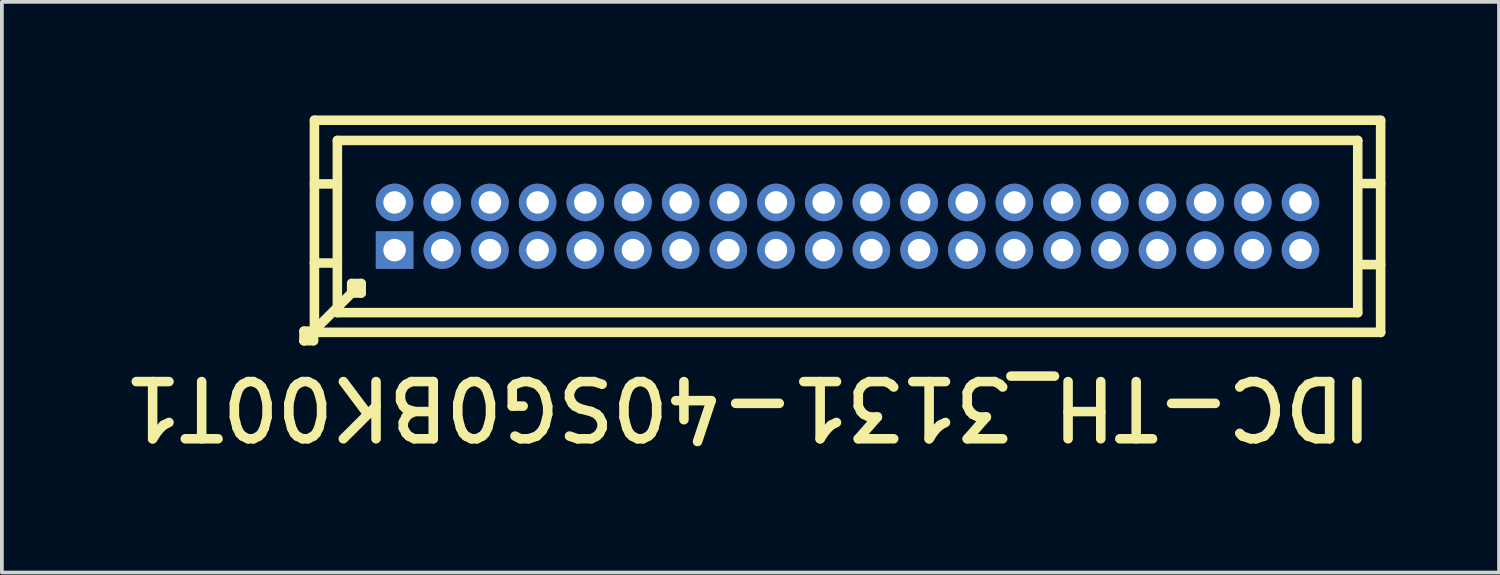
<source format=kicad_pcb>
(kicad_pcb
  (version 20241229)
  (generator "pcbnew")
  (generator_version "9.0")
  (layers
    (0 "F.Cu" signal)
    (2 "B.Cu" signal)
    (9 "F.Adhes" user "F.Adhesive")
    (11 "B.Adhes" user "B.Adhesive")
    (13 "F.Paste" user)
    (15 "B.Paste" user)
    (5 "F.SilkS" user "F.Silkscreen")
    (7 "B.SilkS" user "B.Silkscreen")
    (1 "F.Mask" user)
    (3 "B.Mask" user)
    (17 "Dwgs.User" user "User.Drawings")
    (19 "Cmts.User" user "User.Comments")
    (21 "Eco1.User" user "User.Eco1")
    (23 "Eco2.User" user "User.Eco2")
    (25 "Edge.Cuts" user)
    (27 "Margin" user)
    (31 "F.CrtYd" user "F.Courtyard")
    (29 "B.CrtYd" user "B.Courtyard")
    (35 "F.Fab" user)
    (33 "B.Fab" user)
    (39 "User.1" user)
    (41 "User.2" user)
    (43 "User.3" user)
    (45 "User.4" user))
  (footprint "IDC-TH_3131-40SG0BK00T1"
    (layer "F.Cu")
    (at 19.525 2.977)
    (property "Reference" "IDC-TH_3131-40SG0BK00T1" (at 14.097 3.937 180) (unlocked yes) (layer "F.SilkS") (effects (font (size 1.524 1.524) (thickness 0.254)) (justify left bottom)))
    (fp_line (start -14.478 2.794) (end -14.478 3.048) (stroke (width 0.254) (type solid)) (layer "F.SilkS"))
    (fp_line (start -14.224 2.794) (end -14.478 2.794) (stroke (width 0.254) (type solid)) (layer "F.SilkS"))
    (fp_line (start -14.224 2.794) (end -14.224 3.048) (stroke (width 0.254) (type solid)) (layer "F.SilkS"))
    (fp_line (start -14.224 3.048) (end -14.478 3.048) (stroke (width 0.254) (type solid)) (layer "F.SilkS"))
    (fp_line (start -14.2 -2.825) (end -14.2 2.825) (stroke (width 0.254) (type solid)) (layer "F.SilkS"))
    (fp_line (start -13.589 -2.286) (end -13.589 2.3) (stroke (width 0.254) (type solid)) (layer "F.SilkS"))
    (fp_line (start -13.589 -1.129) (end -14.2 -1.129) (stroke (width 0.254) (type solid)) (layer "F.SilkS"))
    (fp_line (start -13.589 0.98) (end -14.2 0.98) (stroke (width 0.254) (type solid)) (layer "F.SilkS"))
    (fp_line (start -13.208 1.524) (end -13.208 1.778) (stroke (width 0.254) (type solid)) (layer "F.SilkS"))
    (fp_line (start -13.208 1.778) (end -14.478 3.048) (stroke (width 0.254) (type solid)) (layer "F.SilkS"))
    (fp_line (start -12.954 1.524) (end -13.208 1.524) (stroke (width 0.254) (type solid)) (layer "F.SilkS"))
    (fp_line (start -12.954 1.524) (end -12.954 1.778) (stroke (width 0.254) (type solid)) (layer "F.SilkS"))
    (fp_line (start -12.954 1.778) (end -13.208 1.778) (stroke (width 0.254) (type solid)) (layer "F.SilkS"))
    (fp_line (start 13.59 -2.286) (end -13.589 -2.286) (stroke (width 0.254) (type solid)) (layer "F.SilkS"))
    (fp_line (start 13.59 -2.286) (end 13.59 2.3) (stroke (width 0.254) (type solid)) (layer "F.SilkS"))
    (fp_line (start 13.59 2.3) (end -13.589 2.3) (stroke (width 0.254) (type solid)) (layer "F.SilkS"))
    (fp_line (start 14.2 -2.82) (end 14.2 2.83) (stroke (width 0.254) (type solid)) (layer "F.SilkS"))
    (fp_line (start 14.2 -1.138) (end 13.589 -1.138) (stroke (width 0.254) (type solid)) (layer "F.SilkS"))
    (fp_line (start 14.2 1.021) (end 13.589 1.021) (stroke (width 0.254) (type solid)) (layer "F.SilkS"))
    (fp_line (start 14.2 -2.825) (end -14.2 -2.825) (stroke (width 0.254) (type solid)) (layer "F.SilkS"))
    (fp_line (start 14.2 2.825) (end -14.2 2.825) (stroke (width 0.254) (type solid)) (layer "F.SilkS"))
    (fp_line (start -14.327 -2.952) (end -14.327 2.957) (stroke (width 0.051) (type solid)) (layer "Eco1.User"))
    (fp_line (start 14.327 -2.952) (end -14.327 -2.952) (stroke (width 0.051) (type solid)) (layer "Eco1.User"))
    (fp_line (start 14.327 -2.952) (end 14.327 2.957) (stroke (width 0.051) (type solid)) (layer "Eco1.User"))
    (fp_line (start 14.327 2.957) (end -14.327 2.957) (stroke (width 0.051) (type solid)) (layer "Eco1.User"))
    (fp_poly (pts (xy -14.267 2.957) (xy -14.267 2.932) (xy -14.302 2.897) (xy -14.352 2.897) (xy -14.387 2.932) (xy -14.387 2.957) (xy -14.387 2.982) (xy -14.352 3.017) (xy -14.302 3.017) (xy -14.267 2.982)) (stroke (width 0.1) (type default)) (fill no) (layer "Eco1.User"))
    (fp_poly (pts (xy -11.865 -0.635) (xy -11.865 -0.675) (xy -11.895 -0.748) (xy -11.952 -0.805) (xy -12.025 -0.835) (xy -12.105 -0.835) (xy -12.178 -0.805) (xy -12.235 -0.748) (xy -12.265 -0.675) (xy -12.265 -0.635) (xy -12.265 -0.595) (xy -12.235 -0.522) (xy -12.178 -0.465) (xy -12.105 -0.435) (xy -12.025 -0.435) (xy -11.952 -0.465) (xy -11.895 -0.522) (xy -11.865 -0.595)) (stroke (width 0.1) (type default)) (fill no) (layer "Eco1.User"))
    (fp_poly (pts (xy -11.865 0.635) (xy -11.865 0.595) (xy -11.895 0.522) (xy -11.952 0.465) (xy -12.025 0.435) (xy -12.105 0.435) (xy -12.178 0.465) (xy -12.235 0.522) (xy -12.265 0.595) (xy -12.265 0.635) (xy -12.265 0.675) (xy -12.235 0.748) (xy -12.178 0.805) (xy -12.105 0.835) (xy -12.025 0.835) (xy -11.952 0.805) (xy -11.895 0.748) (xy -11.865 0.675)) (stroke (width 0.1) (type default)) (fill no) (layer "Eco1.User"))
    (fp_poly (pts (xy -10.595 -0.635) (xy -10.595 -0.675) (xy -10.625 -0.748) (xy -10.682 -0.805) (xy -10.755 -0.835) (xy -10.835 -0.835) (xy -10.908 -0.805) (xy -10.965 -0.748) (xy -10.995 -0.675) (xy -10.995 -0.635) (xy -10.995 -0.595) (xy -10.965 -0.522) (xy -10.908 -0.465) (xy -10.835 -0.435) (xy -10.755 -0.435) (xy -10.682 -0.465) (xy -10.625 -0.522) (xy -10.595 -0.595)) (stroke (width 0.1) (type default)) (fill no) (layer "Eco1.User"))
    (fp_poly (pts (xy -10.595 0.635) (xy -10.595 0.595) (xy -10.625 0.522) (xy -10.682 0.465) (xy -10.755 0.435) (xy -10.835 0.435) (xy -10.908 0.465) (xy -10.965 0.522) (xy -10.995 0.595) (xy -10.995 0.635) (xy -10.995 0.675) (xy -10.965 0.748) (xy -10.908 0.805) (xy -10.835 0.835) (xy -10.755 0.835) (xy -10.682 0.805) (xy -10.625 0.748) (xy -10.595 0.675)) (stroke (width 0.1) (type default)) (fill no) (layer "Eco1.User"))
    (fp_poly (pts (xy -9.325 -0.635) (xy -9.325 -0.675) (xy -9.355 -0.748) (xy -9.412 -0.805) (xy -9.485 -0.835) (xy -9.565 -0.835) (xy -9.638 -0.805) (xy -9.695 -0.748) (xy -9.725 -0.675) (xy -9.725 -0.635) (xy -9.725 -0.595) (xy -9.695 -0.522) (xy -9.638 -0.465) (xy -9.565 -0.435) (xy -9.485 -0.435) (xy -9.412 -0.465) (xy -9.355 -0.522) (xy -9.325 -0.595)) (stroke (width 0.1) (type default)) (fill no) (layer "Eco1.User"))
    (fp_poly (pts (xy -9.325 0.635) (xy -9.325 0.595) (xy -9.355 0.522) (xy -9.412 0.465) (xy -9.485 0.435) (xy -9.565 0.435) (xy -9.638 0.465) (xy -9.695 0.522) (xy -9.725 0.595) (xy -9.725 0.635) (xy -9.725 0.675) (xy -9.695 0.748) (xy -9.638 0.805) (xy -9.565 0.835) (xy -9.485 0.835) (xy -9.412 0.805) (xy -9.355 0.748) (xy -9.325 0.675)) (stroke (width 0.1) (type default)) (fill no) (layer "Eco1.User"))
    (fp_poly (pts (xy -8.055 -0.635) (xy -8.055 -0.675) (xy -8.085 -0.748) (xy -8.142 -0.805) (xy -8.215 -0.835) (xy -8.295 -0.835) (xy -8.368 -0.805) (xy -8.425 -0.748) (xy -8.455 -0.675) (xy -8.455 -0.635) (xy -8.455 -0.595) (xy -8.425 -0.522) (xy -8.368 -0.465) (xy -8.295 -0.435) (xy -8.215 -0.435) (xy -8.142 -0.465) (xy -8.085 -0.522) (xy -8.055 -0.595)) (stroke (width 0.1) (type default)) (fill no) (layer "Eco1.User"))
    (fp_poly (pts (xy -8.055 0.635) (xy -8.055 0.595) (xy -8.085 0.522) (xy -8.142 0.465) (xy -8.215 0.435) (xy -8.295 0.435) (xy -8.368 0.465) (xy -8.425 0.522) (xy -8.455 0.595) (xy -8.455 0.635) (xy -8.455 0.675) (xy -8.425 0.748) (xy -8.368 0.805) (xy -8.295 0.835) (xy -8.215 0.835) (xy -8.142 0.805) (xy -8.085 0.748) (xy -8.055 0.675)) (stroke (width 0.1) (type default)) (fill no) (layer "Eco1.User"))
    (fp_poly (pts (xy -6.785 -0.635) (xy -6.785 -0.675) (xy -6.815 -0.748) (xy -6.872 -0.805) (xy -6.945 -0.835) (xy -7.025 -0.835) (xy -7.098 -0.805) (xy -7.155 -0.748) (xy -7.185 -0.675) (xy -7.185 -0.635) (xy -7.185 -0.595) (xy -7.155 -0.522) (xy -7.098 -0.465) (xy -7.025 -0.435) (xy -6.945 -0.435) (xy -6.872 -0.465) (xy -6.815 -0.522) (xy -6.785 -0.595)) (stroke (width 0.1) (type default)) (fill no) (layer "Eco1.User"))
    (fp_poly (pts (xy -6.785 0.635) (xy -6.785 0.595) (xy -6.815 0.522) (xy -6.872 0.465) (xy -6.945 0.435) (xy -7.025 0.435) (xy -7.098 0.465) (xy -7.155 0.522) (xy -7.185 0.595) (xy -7.185 0.635) (xy -7.185 0.675) (xy -7.155 0.748) (xy -7.098 0.805) (xy -7.025 0.835) (xy -6.945 0.835) (xy -6.872 0.805) (xy -6.815 0.748) (xy -6.785 0.675)) (stroke (width 0.1) (type default)) (fill no) (layer "Eco1.User"))
    (fp_poly (pts (xy -5.515 -0.635) (xy -5.515 -0.675) (xy -5.545 -0.748) (xy -5.602 -0.805) (xy -5.675 -0.835) (xy -5.755 -0.835) (xy -5.828 -0.805) (xy -5.885 -0.748) (xy -5.915 -0.675) (xy -5.915 -0.635) (xy -5.915 -0.595) (xy -5.885 -0.522) (xy -5.828 -0.465) (xy -5.755 -0.435) (xy -5.675 -0.435) (xy -5.602 -0.465) (xy -5.545 -0.522) (xy -5.515 -0.595)) (stroke (width 0.1) (type default)) (fill no) (layer "Eco1.User"))
    (fp_poly (pts (xy -5.515 0.635) (xy -5.515 0.595) (xy -5.545 0.522) (xy -5.602 0.465) (xy -5.675 0.435) (xy -5.755 0.435) (xy -5.828 0.465) (xy -5.885 0.522) (xy -5.915 0.595) (xy -5.915 0.635) (xy -5.915 0.675) (xy -5.885 0.748) (xy -5.828 0.805) (xy -5.755 0.835) (xy -5.675 0.835) (xy -5.602 0.805) (xy -5.545 0.748) (xy -5.515 0.675)) (stroke (width 0.1) (type default)) (fill no) (layer "Eco1.User"))
    (fp_poly (pts (xy -4.245 -0.635) (xy -4.245 -0.675) (xy -4.275 -0.748) (xy -4.332 -0.805) (xy -4.405 -0.835) (xy -4.485 -0.835) (xy -4.558 -0.805) (xy -4.615 -0.748) (xy -4.645 -0.675) (xy -4.645 -0.635) (xy -4.645 -0.595) (xy -4.615 -0.522) (xy -4.558 -0.465) (xy -4.485 -0.435) (xy -4.405 -0.435) (xy -4.332 -0.465) (xy -4.275 -0.522) (xy -4.245 -0.595)) (stroke (width 0.1) (type default)) (fill no) (layer "Eco1.User"))
    (fp_poly (pts (xy -4.245 0.635) (xy -4.245 0.595) (xy -4.275 0.522) (xy -4.332 0.465) (xy -4.405 0.435) (xy -4.485 0.435) (xy -4.558 0.465) (xy -4.615 0.522) (xy -4.645 0.595) (xy -4.645 0.635) (xy -4.645 0.675) (xy -4.615 0.748) (xy -4.558 0.805) (xy -4.485 0.835) (xy -4.405 0.835) (xy -4.332 0.805) (xy -4.275 0.748) (xy -4.245 0.675)) (stroke (width 0.1) (type default)) (fill no) (layer "Eco1.User"))
    (fp_poly (pts (xy -2.975 -0.635) (xy -2.975 -0.675) (xy -3.005 -0.748) (xy -3.062 -0.805) (xy -3.135 -0.835) (xy -3.215 -0.835) (xy -3.288 -0.805) (xy -3.345 -0.748) (xy -3.375 -0.675) (xy -3.375 -0.635) (xy -3.375 -0.595) (xy -3.345 -0.522) (xy -3.288 -0.465) (xy -3.215 -0.435) (xy -3.135 -0.435) (xy -3.062 -0.465) (xy -3.005 -0.522) (xy -2.975 -0.595)) (stroke (width 0.1) (type default)) (fill no) (layer "Eco1.User"))
    (fp_poly (pts (xy -2.975 0.635) (xy -2.975 0.595) (xy -3.005 0.522) (xy -3.062 0.465) (xy -3.135 0.435) (xy -3.215 0.435) (xy -3.288 0.465) (xy -3.345 0.522) (xy -3.375 0.595) (xy -3.375 0.635) (xy -3.375 0.675) (xy -3.345 0.748) (xy -3.288 0.805) (xy -3.215 0.835) (xy -3.135 0.835) (xy -3.062 0.805) (xy -3.005 0.748) (xy -2.975 0.675)) (stroke (width 0.1) (type default)) (fill no) (layer "Eco1.User"))
    (fp_poly (pts (xy -1.705 -0.635) (xy -1.705 -0.675) (xy -1.735 -0.748) (xy -1.792 -0.805) (xy -1.865 -0.835) (xy -1.945 -0.835) (xy -2.018 -0.805) (xy -2.075 -0.748) (xy -2.105 -0.675) (xy -2.105 -0.635) (xy -2.105 -0.595) (xy -2.075 -0.522) (xy -2.018 -0.465) (xy -1.945 -0.435) (xy -1.865 -0.435) (xy -1.792 -0.465) (xy -1.735 -0.522) (xy -1.705 -0.595)) (stroke (width 0.1) (type default)) (fill no) (layer "Eco1.User"))
    (fp_poly (pts (xy -1.705 0.635) (xy -1.705 0.595) (xy -1.735 0.522) (xy -1.792 0.465) (xy -1.865 0.435) (xy -1.945 0.435) (xy -2.018 0.465) (xy -2.075 0.522) (xy -2.105 0.595) (xy -2.105 0.635) (xy -2.105 0.675) (xy -2.075 0.748) (xy -2.018 0.805) (xy -1.945 0.835) (xy -1.865 0.835) (xy -1.792 0.805) (xy -1.735 0.748) (xy -1.705 0.675)) (stroke (width 0.1) (type default)) (fill no) (layer "Eco1.User"))
    (fp_poly (pts (xy -0.435 -0.635) (xy -0.435 -0.675) (xy -0.465 -0.748) (xy -0.522 -0.805) (xy -0.595 -0.835) (xy -0.675 -0.835) (xy -0.748 -0.805) (xy -0.805 -0.748) (xy -0.835 -0.675) (xy -0.835 -0.635) (xy -0.835 -0.595) (xy -0.805 -0.522) (xy -0.748 -0.465) (xy -0.675 -0.435) (xy -0.595 -0.435) (xy -0.522 -0.465) (xy -0.465 -0.522) (xy -0.435 -0.595)) (stroke (width 0.1) (type default)) (fill no) (layer "Eco1.User"))
    (fp_poly (pts (xy -0.435 0.635) (xy -0.435 0.595) (xy -0.465 0.522) (xy -0.522 0.465) (xy -0.595 0.435) (xy -0.675 0.435) (xy -0.748 0.465) (xy -0.805 0.522) (xy -0.835 0.595) (xy -0.835 0.635) (xy -0.835 0.675) (xy -0.805 0.748) (xy -0.748 0.805) (xy -0.675 0.835) (xy -0.595 0.835) (xy -0.522 0.805) (xy -0.465 0.748) (xy -0.435 0.675)) (stroke (width 0.1) (type default)) (fill no) (layer "Eco1.User"))
    (fp_poly (pts (xy 0.835 -0.635) (xy 0.835 -0.675) (xy 0.805 -0.748) (xy 0.748 -0.805) (xy 0.675 -0.835) (xy 0.595 -0.835) (xy 0.522 -0.805) (xy 0.465 -0.748) (xy 0.435 -0.675) (xy 0.435 -0.635) (xy 0.435 -0.595) (xy 0.465 -0.522) (xy 0.522 -0.465) (xy 0.595 -0.435) (xy 0.675 -0.435) (xy 0.748 -0.465) (xy 0.805 -0.522) (xy 0.835 -0.595)) (stroke (width 0.1) (type default)) (fill no) (layer "Eco1.User"))
    (fp_poly (pts (xy 0.835 0.635) (xy 0.835 0.595) (xy 0.805 0.522) (xy 0.748 0.465) (xy 0.675 0.435) (xy 0.595 0.435) (xy 0.522 0.465) (xy 0.465 0.522) (xy 0.435 0.595) (xy 0.435 0.635) (xy 0.435 0.675) (xy 0.465 0.748) (xy 0.522 0.805) (xy 0.595 0.835) (xy 0.675 0.835) (xy 0.748 0.805) (xy 0.805 0.748) (xy 0.835 0.675)) (stroke (width 0.1) (type default)) (fill no) (layer "Eco1.User"))
    (fp_poly (pts (xy 2.105 -0.635) (xy 2.105 -0.675) (xy 2.075 -0.748) (xy 2.018 -0.805) (xy 1.945 -0.835) (xy 1.865 -0.835) (xy 1.792 -0.805) (xy 1.735 -0.748) (xy 1.705 -0.675) (xy 1.705 -0.635) (xy 1.705 -0.595) (xy 1.735 -0.522) (xy 1.792 -0.465) (xy 1.865 -0.435) (xy 1.945 -0.435) (xy 2.018 -0.465) (xy 2.075 -0.522) (xy 2.105 -0.595)) (stroke (width 0.1) (type default)) (fill no) (layer "Eco1.User"))
    (fp_poly (pts (xy 2.105 0.635) (xy 2.105 0.595) (xy 2.075 0.522) (xy 2.018 0.465) (xy 1.945 0.435) (xy 1.865 0.435) (xy 1.792 0.465) (xy 1.735 0.522) (xy 1.705 0.595) (xy 1.705 0.635) (xy 1.705 0.675) (xy 1.735 0.748) (xy 1.792 0.805) (xy 1.865 0.835) (xy 1.945 0.835) (xy 2.018 0.805) (xy 2.075 0.748) (xy 2.105 0.675)) (stroke (width 0.1) (type default)) (fill no) (layer "Eco1.User"))
    (fp_poly (pts (xy 3.375 -0.635) (xy 3.375 -0.675) (xy 3.345 -0.748) (xy 3.288 -0.805) (xy 3.215 -0.835) (xy 3.135 -0.835) (xy 3.062 -0.805) (xy 3.005 -0.748) (xy 2.975 -0.675) (xy 2.975 -0.635) (xy 2.975 -0.595) (xy 3.005 -0.522) (xy 3.062 -0.465) (xy 3.135 -0.435) (xy 3.215 -0.435) (xy 3.288 -0.465) (xy 3.345 -0.522) (xy 3.375 -0.595)) (stroke (width 0.1) (type default)) (fill no) (layer "Eco1.User"))
    (fp_poly (pts (xy 3.375 0.635) (xy 3.375 0.595) (xy 3.345 0.522) (xy 3.288 0.465) (xy 3.215 0.435) (xy 3.135 0.435) (xy 3.062 0.465) (xy 3.005 0.522) (xy 2.975 0.595) (xy 2.975 0.635) (xy 2.975 0.675) (xy 3.005 0.748) (xy 3.062 0.805) (xy 3.135 0.835) (xy 3.215 0.835) (xy 3.288 0.805) (xy 3.345 0.748) (xy 3.375 0.675)) (stroke (width 0.1) (type default)) (fill no) (layer "Eco1.User"))
    (fp_poly (pts (xy 4.645 -0.635) (xy 4.645 -0.675) (xy 4.615 -0.748) (xy 4.558 -0.805) (xy 4.485 -0.835) (xy 4.405 -0.835) (xy 4.332 -0.805) (xy 4.275 -0.748) (xy 4.245 -0.675) (xy 4.245 -0.635) (xy 4.245 -0.595) (xy 4.275 -0.522) (xy 4.332 -0.465) (xy 4.405 -0.435) (xy 4.485 -0.435) (xy 4.558 -0.465) (xy 4.615 -0.522) (xy 4.645 -0.595)) (stroke (width 0.1) (type default)) (fill no) (layer "Eco1.User"))
    (fp_poly (pts (xy 4.645 0.635) (xy 4.645 0.595) (xy 4.615 0.522) (xy 4.558 0.465) (xy 4.485 0.435) (xy 4.405 0.435) (xy 4.332 0.465) (xy 4.275 0.522) (xy 4.245 0.595) (xy 4.245 0.635) (xy 4.245 0.675) (xy 4.275 0.748) (xy 4.332 0.805) (xy 4.405 0.835) (xy 4.485 0.835) (xy 4.558 0.805) (xy 4.615 0.748) (xy 4.645 0.675)) (stroke (width 0.1) (type default)) (fill no) (layer "Eco1.User"))
    (fp_poly (pts (xy 5.915 -0.635) (xy 5.915 -0.675) (xy 5.885 -0.748) (xy 5.828 -0.805) (xy 5.755 -0.835) (xy 5.675 -0.835) (xy 5.602 -0.805) (xy 5.545 -0.748) (xy 5.515 -0.675) (xy 5.515 -0.635) (xy 5.515 -0.595) (xy 5.545 -0.522) (xy 5.602 -0.465) (xy 5.675 -0.435) (xy 5.755 -0.435) (xy 5.828 -0.465) (xy 5.885 -0.522) (xy 5.915 -0.595)) (stroke (width 0.1) (type default)) (fill no) (layer "Eco1.User"))
    (fp_poly (pts (xy 5.915 0.635) (xy 5.915 0.595) (xy 5.885 0.522) (xy 5.828 0.465) (xy 5.755 0.435) (xy 5.675 0.435) (xy 5.602 0.465) (xy 5.545 0.522) (xy 5.515 0.595) (xy 5.515 0.635) (xy 5.515 0.675) (xy 5.545 0.748) (xy 5.602 0.805) (xy 5.675 0.835) (xy 5.755 0.835) (xy 5.828 0.805) (xy 5.885 0.748) (xy 5.915 0.675)) (stroke (width 0.1) (type default)) (fill no) (layer "Eco1.User"))
    (fp_poly (pts (xy 7.185 -0.635) (xy 7.185 -0.675) (xy 7.155 -0.748) (xy 7.098 -0.805) (xy 7.025 -0.835) (xy 6.945 -0.835) (xy 6.872 -0.805) (xy 6.815 -0.748) (xy 6.785 -0.675) (xy 6.785 -0.635) (xy 6.785 -0.595) (xy 6.815 -0.522) (xy 6.872 -0.465) (xy 6.945 -0.435) (xy 7.025 -0.435) (xy 7.098 -0.465) (xy 7.155 -0.522) (xy 7.185 -0.595)) (stroke (width 0.1) (type default)) (fill no) (layer "Eco1.User"))
    (fp_poly (pts (xy 7.185 0.635) (xy 7.185 0.595) (xy 7.155 0.522) (xy 7.098 0.465) (xy 7.025 0.435) (xy 6.945 0.435) (xy 6.872 0.465) (xy 6.815 0.522) (xy 6.785 0.595) (xy 6.785 0.635) (xy 6.785 0.675) (xy 6.815 0.748) (xy 6.872 0.805) (xy 6.945 0.835) (xy 7.025 0.835) (xy 7.098 0.805) (xy 7.155 0.748) (xy 7.185 0.675)) (stroke (width 0.1) (type default)) (fill no) (layer "Eco1.User"))
    (fp_poly (pts (xy 8.455 -0.635) (xy 8.455 -0.675) (xy 8.425 -0.748) (xy 8.368 -0.805) (xy 8.295 -0.835) (xy 8.215 -0.835) (xy 8.142 -0.805) (xy 8.085 -0.748) (xy 8.055 -0.675) (xy 8.055 -0.635) (xy 8.055 -0.595) (xy 8.085 -0.522) (xy 8.142 -0.465) (xy 8.215 -0.435) (xy 8.295 -0.435) (xy 8.368 -0.465) (xy 8.425 -0.522) (xy 8.455 -0.595)) (stroke (width 0.1) (type default)) (fill no) (layer "Eco1.User"))
    (fp_poly (pts (xy 8.455 0.635) (xy 8.455 0.595) (xy 8.425 0.522) (xy 8.368 0.465) (xy 8.295 0.435) (xy 8.215 0.435) (xy 8.142 0.465) (xy 8.085 0.522) (xy 8.055 0.595) (xy 8.055 0.635) (xy 8.055 0.675) (xy 8.085 0.748) (xy 8.142 0.805) (xy 8.215 0.835) (xy 8.295 0.835) (xy 8.368 0.805) (xy 8.425 0.748) (xy 8.455 0.675)) (stroke (width 0.1) (type default)) (fill no) (layer "Eco1.User"))
    (fp_poly (pts (xy 9.725 -0.635) (xy 9.725 -0.675) (xy 9.695 -0.748) (xy 9.638 -0.805) (xy 9.565 -0.835) (xy 9.485 -0.835) (xy 9.412 -0.805) (xy 9.355 -0.748) (xy 9.325 -0.675) (xy 9.325 -0.635) (xy 9.325 -0.595) (xy 9.355 -0.522) (xy 9.412 -0.465) (xy 9.485 -0.435) (xy 9.565 -0.435) (xy 9.638 -0.465) (xy 9.695 -0.522) (xy 9.725 -0.595)) (stroke (width 0.1) (type default)) (fill no) (layer "Eco1.User"))
    (fp_poly (pts (xy 9.725 0.635) (xy 9.725 0.595) (xy 9.695 0.522) (xy 9.638 0.465) (xy 9.565 0.435) (xy 9.485 0.435) (xy 9.412 0.465) (xy 9.355 0.522) (xy 9.325 0.595) (xy 9.325 0.635) (xy 9.325 0.675) (xy 9.355 0.748) (xy 9.412 0.805) (xy 9.485 0.835) (xy 9.565 0.835) (xy 9.638 0.805) (xy 9.695 0.748) (xy 9.725 0.675)) (stroke (width 0.1) (type default)) (fill no) (layer "Eco1.User"))
    (fp_poly (pts (xy 10.995 -0.635) (xy 10.995 -0.675) (xy 10.965 -0.748) (xy 10.908 -0.805) (xy 10.835 -0.835) (xy 10.755 -0.835) (xy 10.682 -0.805) (xy 10.625 -0.748) (xy 10.595 -0.675) (xy 10.595 -0.635) (xy 10.595 -0.595) (xy 10.625 -0.522) (xy 10.682 -0.465) (xy 10.755 -0.435) (xy 10.835 -0.435) (xy 10.908 -0.465) (xy 10.965 -0.522) (xy 10.995 -0.595)) (stroke (width 0.1) (type default)) (fill no) (layer "Eco1.User"))
    (fp_poly (pts (xy 10.995 0.635) (xy 10.995 0.595) (xy 10.965 0.522) (xy 10.908 0.465) (xy 10.835 0.435) (xy 10.755 0.435) (xy 10.682 0.465) (xy 10.625 0.522) (xy 10.595 0.595) (xy 10.595 0.635) (xy 10.595 0.675) (xy 10.625 0.748) (xy 10.682 0.805) (xy 10.755 0.835) (xy 10.835 0.835) (xy 10.908 0.805) (xy 10.965 0.748) (xy 10.995 0.675)) (stroke (width 0.1) (type default)) (fill no) (layer "Eco1.User"))
    (fp_poly (pts (xy 12.265 -0.635) (xy 12.265 -0.675) (xy 12.235 -0.748) (xy 12.178 -0.805) (xy 12.105 -0.835) (xy 12.025 -0.835) (xy 11.952 -0.805) (xy 11.895 -0.748) (xy 11.865 -0.675) (xy 11.865 -0.635) (xy 11.865 -0.595) (xy 11.895 -0.522) (xy 11.952 -0.465) (xy 12.025 -0.435) (xy 12.105 -0.435) (xy 12.178 -0.465) (xy 12.235 -0.522) (xy 12.265 -0.595)) (stroke (width 0.1) (type default)) (fill no) (layer "Eco1.User"))
    (fp_poly (pts (xy 12.265 0.635) (xy 12.265 0.595) (xy 12.235 0.522) (xy 12.178 0.465) (xy 12.105 0.435) (xy 12.025 0.435) (xy 11.952 0.465) (xy 11.895 0.522) (xy 11.865 0.595) (xy 11.865 0.635) (xy 11.865 0.675) (xy 11.895 0.748) (xy 11.952 0.805) (xy 12.025 0.835) (xy 12.105 0.835) (xy 12.178 0.805) (xy 12.235 0.748) (xy 12.265 0.675)) (stroke (width 0.1) (type default)) (fill no) (layer "Eco1.User"))
    (pad "1" thru_hole rect (at -12.065 0.635) (size 1 1) (drill 0.6) (layers "*.Cu" "*.Mask"))
    (pad "2" thru_hole circle (at -12.065 -0.635) (size 1 1) (drill 0.6) (layers "*.Cu" "*.Mask"))
    (pad "3" thru_hole circle (at -10.795 0.635) (size 1 1) (drill 0.6) (layers "*.Cu" "*.Mask"))
    (pad "4" thru_hole circle (at -10.795 -0.635) (size 1 1) (drill 0.6) (layers "*.Cu" "*.Mask"))
    (pad "5" thru_hole circle (at -9.525 0.635) (size 1 1) (drill 0.6) (layers "*.Cu" "*.Mask"))
    (pad "6" thru_hole circle (at -9.525 -0.635) (size 1 1) (drill 0.6) (layers "*.Cu" "*.Mask"))
    (pad "7" thru_hole circle (at -8.255 0.635) (size 1 1) (drill 0.6) (layers "*.Cu" "*.Mask"))
    (pad "8" thru_hole circle (at -8.255 -0.635) (size 1 1) (drill 0.6) (layers "*.Cu" "*.Mask"))
    (pad "9" thru_hole circle (at -6.985 0.635) (size 1 1) (drill 0.6) (layers "*.Cu" "*.Mask"))
    (pad "10" thru_hole circle (at -6.985 -0.635) (size 1 1) (drill 0.6) (layers "*.Cu" "*.Mask"))
    (pad "11" thru_hole circle (at -5.715 0.635) (size 1 1) (drill 0.6) (layers "*.Cu" "*.Mask"))
    (pad "12" thru_hole circle (at -5.715 -0.635) (size 1 1) (drill 0.6) (layers "*.Cu" "*.Mask"))
    (pad "13" thru_hole circle (at -4.445 0.635) (size 1 1) (drill 0.6) (layers "*.Cu" "*.Mask"))
    (pad "14" thru_hole circle (at -4.445 -0.635) (size 1 1) (drill 0.6) (layers "*.Cu" "*.Mask"))
    (pad "15" thru_hole circle (at -3.175 0.635) (size 1 1) (drill 0.6) (layers "*.Cu" "*.Mask"))
    (pad "16" thru_hole circle (at -3.175 -0.635) (size 1 1) (drill 0.6) (layers "*.Cu" "*.Mask"))
    (pad "17" thru_hole circle (at -1.905 0.635) (size 1 1) (drill 0.6) (layers "*.Cu" "*.Mask"))
    (pad "18" thru_hole circle (at -1.905 -0.635) (size 1 1) (drill 0.6) (layers "*.Cu" "*.Mask"))
    (pad "19" thru_hole circle (at -0.635 0.635) (size 1 1) (drill 0.6) (layers "*.Cu" "*.Mask"))
    (pad "20" thru_hole circle (at -0.635 -0.635) (size 1 1) (drill 0.6) (layers "*.Cu" "*.Mask"))
    (pad "21" thru_hole circle (at 0.635 0.635) (size 1 1) (drill 0.6) (layers "*.Cu" "*.Mask"))
    (pad "22" thru_hole circle (at 0.635 -0.635) (size 1 1) (drill 0.6) (layers "*.Cu" "*.Mask"))
    (pad "23" thru_hole circle (at 1.905 0.635) (size 1 1) (drill 0.6) (layers "*.Cu" "*.Mask"))
    (pad "24" thru_hole circle (at 1.905 -0.635) (size 1 1) (drill 0.6) (layers "*.Cu" "*.Mask"))
    (pad "25" thru_hole circle (at 3.175 0.635) (size 1 1) (drill 0.6) (layers "*.Cu" "*.Mask"))
    (pad "26" thru_hole circle (at 3.175 -0.635) (size 1 1) (drill 0.6) (layers "*.Cu" "*.Mask"))
    (pad "27" thru_hole circle (at 4.445 0.635) (size 1 1) (drill 0.6) (layers "*.Cu" "*.Mask"))
    (pad "28" thru_hole circle (at 4.445 -0.635) (size 1 1) (drill 0.6) (layers "*.Cu" "*.Mask"))
    (pad "29" thru_hole circle (at 5.715 0.635) (size 1 1) (drill 0.6) (layers "*.Cu" "*.Mask"))
    (pad "30" thru_hole circle (at 5.715 -0.635) (size 1 1) (drill 0.6) (layers "*.Cu" "*.Mask"))
    (pad "31" thru_hole circle (at 6.985 0.635) (size 1 1) (drill 0.6) (layers "*.Cu" "*.Mask"))
    (pad "32" thru_hole circle (at 6.985 -0.635) (size 1 1) (drill 0.6) (layers "*.Cu" "*.Mask"))
    (pad "33" thru_hole circle (at 8.255 0.635) (size 1 1) (drill 0.6) (layers "*.Cu" "*.Mask"))
    (pad "34" thru_hole circle (at 8.255 -0.635) (size 1 1) (drill 0.6) (layers "*.Cu" "*.Mask"))
    (pad "35" thru_hole circle (at 9.525 0.635) (size 1 1) (drill 0.6) (layers "*.Cu" "*.Mask"))
    (pad "36" thru_hole circle (at 9.525 -0.635) (size 1 1) (drill 0.6) (layers "*.Cu" "*.Mask"))
    (pad "37" thru_hole circle (at 10.795 0.635) (size 1 1) (drill 0.6) (layers "*.Cu" "*.Mask"))
    (pad "38" thru_hole circle (at 10.795 -0.635) (size 1 1) (drill 0.6) (layers "*.Cu" "*.Mask"))
    (pad "39" thru_hole circle (at 12.065 0.635) (size 1 1) (drill 0.6) (layers "*.Cu" "*.Mask"))
    (pad "40" thru_hole circle (at 12.065 -0.635) (size 1 1) (drill 0.6) (layers "*.Cu" "*.Mask")))
  (gr_rect
    (start -3 -3)
    (end 36.878 12.2)
    (stroke (width 0.1) (type default))
    (fill no)
    (layer "Edge.Cuts")))
</source>
